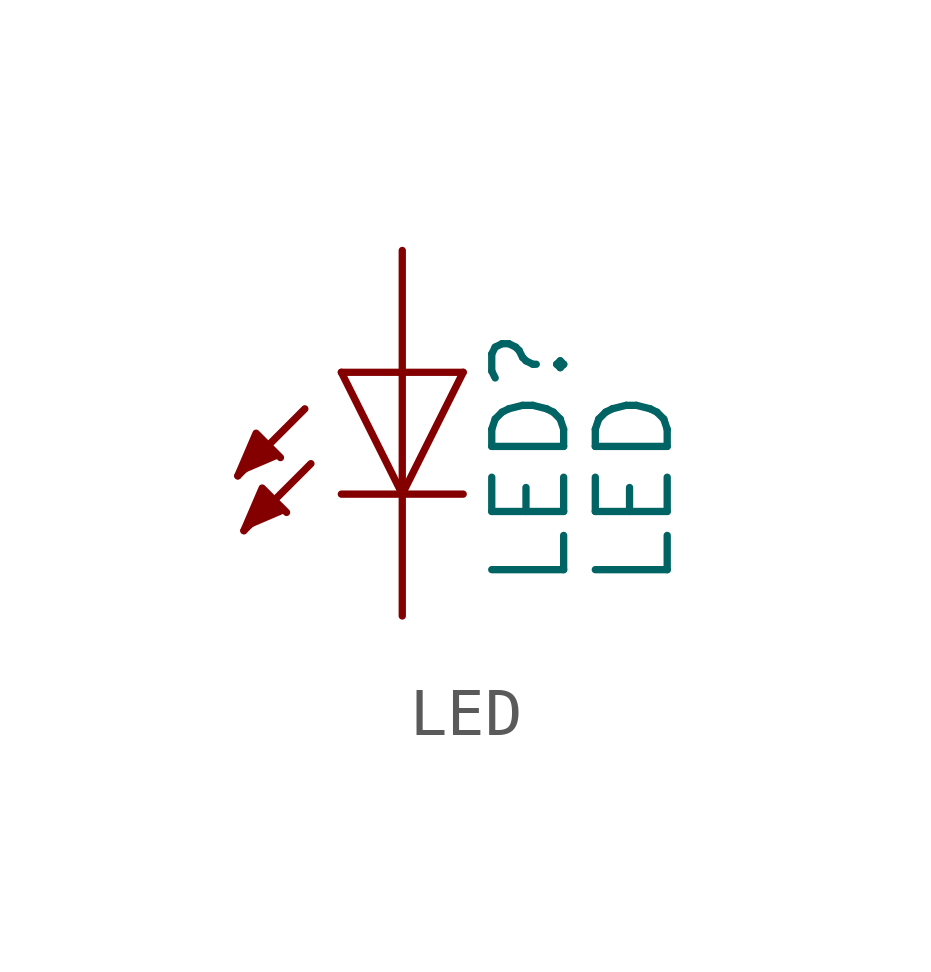
<source format=kicad_sym>
(kicad_symbol_lib
  (version 20211014)
  (generator kicad_symbol_editor)
  (symbol "LED"
    (pin_names
      (offset 1.016))
    (property "Reference" "LED"
      (at 3.556 -4.572 90)
      (effects (font (size 1.499 1.499)) (justify left bottom)))
    (property "Value" "LED"
      (at 5.715 -4.572 90)
      (effects (font (size 1.499 1.499)) (justify left bottom)))
    (property "ki_locked" ""
      (at 0 0 0)
      (effects (font (size 1.27 1.27))))
    (symbol "LED_1_0"
      (polyline (pts (xy -2.032 -0.762) (xy -3.429 -2.159)) (stroke (width 0) (type default) (color 0 0 0 0)) (fill (type none)))
      (polyline (pts (xy -1.905 -1.905) (xy -3.302 -3.302)) (stroke (width 0) (type default) (color 0 0 0 0)) (fill (type none)))
      (polyline (pts (xy 0 -2.54) (xy -1.27 -2.54)) (stroke (width 0) (type default) (color 0 0 0 0)) (fill (type none)))
      (polyline (pts (xy 0 -2.54) (xy -1.27 0)) (stroke (width 0) (type default) (color 0 0 0 0)) (fill (type none)))
      (polyline (pts (xy 0 0) (xy -1.27 0)) (stroke (width 0) (type default) (color 0 0 0 0)) (fill (type none)))
      (polyline (pts (xy 0 0) (xy 0 -2.54)) (stroke (width 0) (type default) (color 0 0 0 0)) (fill (type none)))
      (polyline (pts (xy 1.27 -2.54) (xy 0 -2.54)) (stroke (width 0) (type default) (color 0 0 0 0)) (fill (type none)))
      (polyline (pts (xy 1.27 0) (xy 0 -2.54)) (stroke (width 0) (type default) (color 0 0 0 0)) (fill (type none)))
      (polyline (pts (xy 1.27 0) (xy 0 0)) (stroke (width 0) (type default) (color 0 0 0 0)) (fill (type none)))
      (polyline (pts (xy -3.429 -2.159) (xy -3.048 -1.27) (xy -2.54 -1.778)) (stroke (width 0) (type default) (color 0 0 0 0)) (fill (type outline)))
      (polyline (pts (xy -3.302 -3.302) (xy -2.921 -2.413) (xy -2.413 -2.921)) (stroke (width 0) (type default) (color 0 0 0 0)) (fill (type outline)))
      (pin passive line (at 0 2.54 270) (length 2.54) (name "A" (effects (font (size 0 0)))) (number "1" (effects (font (size 0 0)))))
      (pin passive line (at 0 -5.08 90) (length 2.54) (name "C" (effects (font (size 0 0)))) (number "2" (effects (font (size 0 0))))))))
</source>
